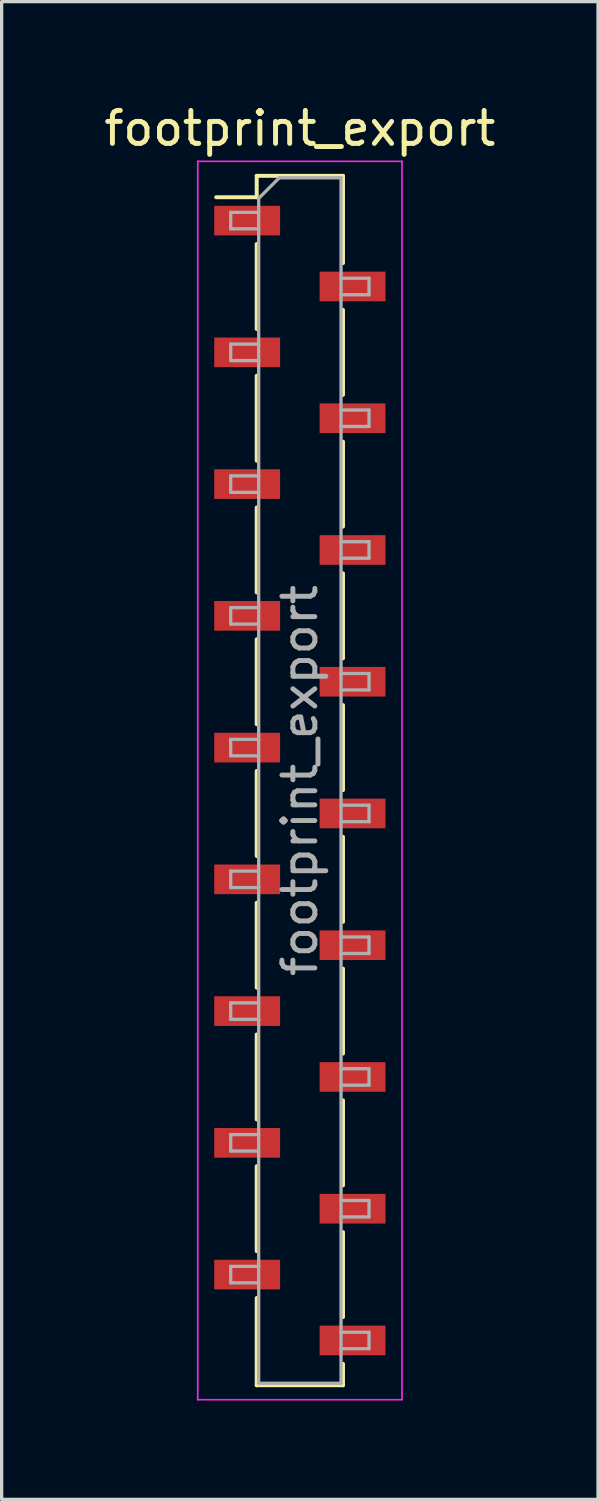
<source format=kicad_pcb>
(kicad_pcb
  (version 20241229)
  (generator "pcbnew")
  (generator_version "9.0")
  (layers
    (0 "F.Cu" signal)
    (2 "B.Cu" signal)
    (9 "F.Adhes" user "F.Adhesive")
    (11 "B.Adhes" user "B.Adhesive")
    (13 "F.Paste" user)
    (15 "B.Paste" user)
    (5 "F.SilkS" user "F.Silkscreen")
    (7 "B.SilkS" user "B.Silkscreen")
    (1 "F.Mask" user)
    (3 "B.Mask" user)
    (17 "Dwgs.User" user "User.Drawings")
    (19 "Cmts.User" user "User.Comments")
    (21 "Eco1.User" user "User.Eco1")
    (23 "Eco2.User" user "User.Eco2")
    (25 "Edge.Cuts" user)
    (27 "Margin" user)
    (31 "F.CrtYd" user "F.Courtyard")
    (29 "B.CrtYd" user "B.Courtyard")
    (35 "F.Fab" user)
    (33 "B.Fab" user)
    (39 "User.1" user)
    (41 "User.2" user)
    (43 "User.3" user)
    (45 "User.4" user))
  (footprint "footprint_export"
    (layer "F.Cu")
    (at 6.054 20.648)
    (property "Reference" "footprint_export" (at 0 -19.8 0) (layer "F.SilkS") (effects (font (size 1 1) (thickness 0.15))))
    (attr smd)
    (fp_line (start -2.54 -17.71) (end -1.31 -17.71) (stroke (width 0.12) (type solid)) (layer "F.SilkS"))
    (fp_line (start -1.31 -18.36) (end -1.31 -17.71) (stroke (width 0.12) (type solid)) (layer "F.SilkS"))
    (fp_line (start -1.31 -18.36) (end 1.31 -18.36) (stroke (width 0.12) (type solid)) (layer "F.SilkS"))
    (fp_line (start -1.31 -16.29) (end -1.31 -13.71) (stroke (width 0.12) (type solid)) (layer "F.SilkS"))
    (fp_line (start -1.31 -12.29) (end -1.31 -9.71) (stroke (width 0.12) (type solid)) (layer "F.SilkS"))
    (fp_line (start -1.31 -8.29) (end -1.31 -5.71) (stroke (width 0.12) (type solid)) (layer "F.SilkS"))
    (fp_line (start -1.31 -4.29) (end -1.31 -1.71) (stroke (width 0.12) (type solid)) (layer "F.SilkS"))
    (fp_line (start -1.31 -0.29) (end -1.31 2.29) (stroke (width 0.12) (type solid)) (layer "F.SilkS"))
    (fp_line (start -1.31 3.71) (end -1.31 6.29) (stroke (width 0.12) (type solid)) (layer "F.SilkS"))
    (fp_line (start -1.31 7.71) (end -1.31 10.29) (stroke (width 0.12) (type solid)) (layer "F.SilkS"))
    (fp_line (start -1.31 11.71) (end -1.31 14.29) (stroke (width 0.12) (type solid)) (layer "F.SilkS"))
    (fp_line (start -1.31 15.71) (end -1.31 18.36) (stroke (width 0.12) (type solid)) (layer "F.SilkS"))
    (fp_line (start -1.31 18.36) (end 1.31 18.36) (stroke (width 0.12) (type solid)) (layer "F.SilkS"))
    (fp_line (start 1.31 -18.36) (end 1.31 -15.71) (stroke (width 0.12) (type solid)) (layer "F.SilkS"))
    (fp_line (start 1.31 -14.29) (end 1.31 -11.71) (stroke (width 0.12) (type solid)) (layer "F.SilkS"))
    (fp_line (start 1.31 -10.29) (end 1.31 -7.71) (stroke (width 0.12) (type solid)) (layer "F.SilkS"))
    (fp_line (start 1.31 -6.29) (end 1.31 -3.71) (stroke (width 0.12) (type solid)) (layer "F.SilkS"))
    (fp_line (start 1.31 -2.29) (end 1.31 0.29) (stroke (width 0.12) (type solid)) (layer "F.SilkS"))
    (fp_line (start 1.31 1.71) (end 1.31 4.29) (stroke (width 0.12) (type solid)) (layer "F.SilkS"))
    (fp_line (start 1.31 5.71) (end 1.31 8.29) (stroke (width 0.12) (type solid)) (layer "F.SilkS"))
    (fp_line (start 1.31 9.71) (end 1.31 12.29) (stroke (width 0.12) (type solid)) (layer "F.SilkS"))
    (fp_line (start 1.31 13.71) (end 1.31 16.29) (stroke (width 0.12) (type solid)) (layer "F.SilkS"))
    (fp_line (start 1.31 17.71) (end 1.31 18.36) (stroke (width 0.12) (type solid)) (layer "F.SilkS"))
    (fp_line (start -3.1 -18.8) (end 3.1 -18.8) (stroke (width 0.05) (type solid)) (layer "F.CrtYd"))
    (fp_line (start -3.1 18.8) (end -3.1 -18.8) (stroke (width 0.05) (type solid)) (layer "F.CrtYd"))
    (fp_line (start 3.1 -18.8) (end 3.1 18.8) (stroke (width 0.05) (type solid)) (layer "F.CrtYd"))
    (fp_line (start 3.1 18.8) (end -3.1 18.8) (stroke (width 0.05) (type solid)) (layer "F.CrtYd"))
    (fp_line (start -2.1 -17.25) (end -1.25 -17.25) (stroke (width 0.1) (type solid)) (layer "F.Fab"))
    (fp_line (start -2.1 -16.75) (end -2.1 -17.25) (stroke (width 0.1) (type solid)) (layer "F.Fab"))
    (fp_line (start -2.1 -13.25) (end -1.25 -13.25) (stroke (width 0.1) (type solid)) (layer "F.Fab"))
    (fp_line (start -2.1 -12.75) (end -2.1 -13.25) (stroke (width 0.1) (type solid)) (layer "F.Fab"))
    (fp_line (start -2.1 -9.25) (end -1.25 -9.25) (stroke (width 0.1) (type solid)) (layer "F.Fab"))
    (fp_line (start -2.1 -8.75) (end -2.1 -9.25) (stroke (width 0.1) (type solid)) (layer "F.Fab"))
    (fp_line (start -2.1 -5.25) (end -1.25 -5.25) (stroke (width 0.1) (type solid)) (layer "F.Fab"))
    (fp_line (start -2.1 -4.75) (end -2.1 -5.25) (stroke (width 0.1) (type solid)) (layer "F.Fab"))
    (fp_line (start -2.1 -1.25) (end -1.25 -1.25) (stroke (width 0.1) (type solid)) (layer "F.Fab"))
    (fp_line (start -2.1 -0.75) (end -2.1 -1.25) (stroke (width 0.1) (type solid)) (layer "F.Fab"))
    (fp_line (start -2.1 2.75) (end -1.25 2.75) (stroke (width 0.1) (type solid)) (layer "F.Fab"))
    (fp_line (start -2.1 3.25) (end -2.1 2.75) (stroke (width 0.1) (type solid)) (layer "F.Fab"))
    (fp_line (start -2.1 6.75) (end -1.25 6.75) (stroke (width 0.1) (type solid)) (layer "F.Fab"))
    (fp_line (start -2.1 7.25) (end -2.1 6.75) (stroke (width 0.1) (type solid)) (layer "F.Fab"))
    (fp_line (start -2.1 10.75) (end -1.25 10.75) (stroke (width 0.1) (type solid)) (layer "F.Fab"))
    (fp_line (start -2.1 11.25) (end -2.1 10.75) (stroke (width 0.1) (type solid)) (layer "F.Fab"))
    (fp_line (start -2.1 14.75) (end -1.25 14.75) (stroke (width 0.1) (type solid)) (layer "F.Fab"))
    (fp_line (start -2.1 15.25) (end -2.1 14.75) (stroke (width 0.1) (type solid)) (layer "F.Fab"))
    (fp_line (start -1.25 -17.675) (end -0.625 -18.3) (stroke (width 0.1) (type solid)) (layer "F.Fab"))
    (fp_line (start -1.25 -16.75) (end -2.1 -16.75) (stroke (width 0.1) (type solid)) (layer "F.Fab"))
    (fp_line (start -1.25 -12.75) (end -2.1 -12.75) (stroke (width 0.1) (type solid)) (layer "F.Fab"))
    (fp_line (start -1.25 -8.75) (end -2.1 -8.75) (stroke (width 0.1) (type solid)) (layer "F.Fab"))
    (fp_line (start -1.25 -4.75) (end -2.1 -4.75) (stroke (width 0.1) (type solid)) (layer "F.Fab"))
    (fp_line (start -1.25 -0.75) (end -2.1 -0.75) (stroke (width 0.1) (type solid)) (layer "F.Fab"))
    (fp_line (start -1.25 3.25) (end -2.1 3.25) (stroke (width 0.1) (type solid)) (layer "F.Fab"))
    (fp_line (start -1.25 7.25) (end -2.1 7.25) (stroke (width 0.1) (type solid)) (layer "F.Fab"))
    (fp_line (start -1.25 11.25) (end -2.1 11.25) (stroke (width 0.1) (type solid)) (layer "F.Fab"))
    (fp_line (start -1.25 15.25) (end -2.1 15.25) (stroke (width 0.1) (type solid)) (layer "F.Fab"))
    (fp_line (start -1.25 18.3) (end -1.25 -17.675) (stroke (width 0.1) (type solid)) (layer "F.Fab"))
    (fp_line (start -0.625 -18.3) (end 1.25 -18.3) (stroke (width 0.1) (type solid)) (layer "F.Fab"))
    (fp_line (start 1.25 -18.3) (end 1.25 18.3) (stroke (width 0.1) (type solid)) (layer "F.Fab"))
    (fp_line (start 1.25 -15.25) (end 2.1 -15.25) (stroke (width 0.1) (type solid)) (layer "F.Fab"))
    (fp_line (start 1.25 -11.25) (end 2.1 -11.25) (stroke (width 0.1) (type solid)) (layer "F.Fab"))
    (fp_line (start 1.25 -7.25) (end 2.1 -7.25) (stroke (width 0.1) (type solid)) (layer "F.Fab"))
    (fp_line (start 1.25 -3.25) (end 2.1 -3.25) (stroke (width 0.1) (type solid)) (layer "F.Fab"))
    (fp_line (start 1.25 0.75) (end 2.1 0.75) (stroke (width 0.1) (type solid)) (layer "F.Fab"))
    (fp_line (start 1.25 4.75) (end 2.1 4.75) (stroke (width 0.1) (type solid)) (layer "F.Fab"))
    (fp_line (start 1.25 8.75) (end 2.1 8.75) (stroke (width 0.1) (type solid)) (layer "F.Fab"))
    (fp_line (start 1.25 12.75) (end 2.1 12.75) (stroke (width 0.1) (type solid)) (layer "F.Fab"))
    (fp_line (start 1.25 16.75) (end 2.1 16.75) (stroke (width 0.1) (type solid)) (layer "F.Fab"))
    (fp_line (start 1.25 18.3) (end -1.25 18.3) (stroke (width 0.1) (type solid)) (layer "F.Fab"))
    (fp_line (start 2.1 -15.25) (end 2.1 -14.75) (stroke (width 0.1) (type solid)) (layer "F.Fab"))
    (fp_line (start 2.1 -14.75) (end 1.25 -14.75) (stroke (width 0.1) (type solid)) (layer "F.Fab"))
    (fp_line (start 2.1 -11.25) (end 2.1 -10.75) (stroke (width 0.1) (type solid)) (layer "F.Fab"))
    (fp_line (start 2.1 -10.75) (end 1.25 -10.75) (stroke (width 0.1) (type solid)) (layer "F.Fab"))
    (fp_line (start 2.1 -7.25) (end 2.1 -6.75) (stroke (width 0.1) (type solid)) (layer "F.Fab"))
    (fp_line (start 2.1 -6.75) (end 1.25 -6.75) (stroke (width 0.1) (type solid)) (layer "F.Fab"))
    (fp_line (start 2.1 -3.25) (end 2.1 -2.75) (stroke (width 0.1) (type solid)) (layer "F.Fab"))
    (fp_line (start 2.1 -2.75) (end 1.25 -2.75) (stroke (width 0.1) (type solid)) (layer "F.Fab"))
    (fp_line (start 2.1 0.75) (end 2.1 1.25) (stroke (width 0.1) (type solid)) (layer "F.Fab"))
    (fp_line (start 2.1 1.25) (end 1.25 1.25) (stroke (width 0.1) (type solid)) (layer "F.Fab"))
    (fp_line (start 2.1 4.75) (end 2.1 5.25) (stroke (width 0.1) (type solid)) (layer "F.Fab"))
    (fp_line (start 2.1 5.25) (end 1.25 5.25) (stroke (width 0.1) (type solid)) (layer "F.Fab"))
    (fp_line (start 2.1 8.75) (end 2.1 9.25) (stroke (width 0.1) (type solid)) (layer "F.Fab"))
    (fp_line (start 2.1 9.25) (end 1.25 9.25) (stroke (width 0.1) (type solid)) (layer "F.Fab"))
    (fp_line (start 2.1 12.75) (end 2.1 13.25) (stroke (width 0.1) (type solid)) (layer "F.Fab"))
    (fp_line (start 2.1 13.25) (end 1.25 13.25) (stroke (width 0.1) (type solid)) (layer "F.Fab"))
    (fp_line (start 2.1 16.75) (end 2.1 17.25) (stroke (width 0.1) (type solid)) (layer "F.Fab"))
    (fp_line (start 2.1 17.25) (end 1.25 17.25) (stroke (width 0.1) (type solid)) (layer "F.Fab"))
    (fp_text user "${REFERENCE}" (at 0 0 90) (layer "F.Fab") (effects (font (size 1 1) (thickness 0.15))))
    (pad "1" smd rect (at -1.6 -17) (size 2 0.9) (layers "F.Cu" "F.Mask" "F.Paste"))
    (pad "2" smd rect (at 1.6 -15) (size 2 0.9) (layers "F.Cu" "F.Mask" "F.Paste"))
    (pad "3" smd rect (at -1.6 -13) (size 2 0.9) (layers "F.Cu" "F.Mask" "F.Paste"))
    (pad "4" smd rect (at 1.6 -11) (size 2 0.9) (layers "F.Cu" "F.Mask" "F.Paste"))
    (pad "5" smd rect (at -1.6 -9) (size 2 0.9) (layers "F.Cu" "F.Mask" "F.Paste"))
    (pad "6" smd rect (at 1.6 -7) (size 2 0.9) (layers "F.Cu" "F.Mask" "F.Paste"))
    (pad "7" smd rect (at -1.6 -5) (size 2 0.9) (layers "F.Cu" "F.Mask" "F.Paste"))
    (pad "8" smd rect (at 1.6 -3) (size 2 0.9) (layers "F.Cu" "F.Mask" "F.Paste"))
    (pad "9" smd rect (at -1.6 -1) (size 2 0.9) (layers "F.Cu" "F.Mask" "F.Paste"))
    (pad "10" smd rect (at 1.6 1) (size 2 0.9) (layers "F.Cu" "F.Mask" "F.Paste"))
    (pad "11" smd rect (at -1.6 3) (size 2 0.9) (layers "F.Cu" "F.Mask" "F.Paste"))
    (pad "12" smd rect (at 1.6 5) (size 2 0.9) (layers "F.Cu" "F.Mask" "F.Paste"))
    (pad "13" smd rect (at -1.6 7) (size 2 0.9) (layers "F.Cu" "F.Mask" "F.Paste"))
    (pad "14" smd rect (at 1.6 9) (size 2 0.9) (layers "F.Cu" "F.Mask" "F.Paste"))
    (pad "15" smd rect (at -1.6 11) (size 2 0.9) (layers "F.Cu" "F.Mask" "F.Paste"))
    (pad "16" smd rect (at 1.6 13) (size 2 0.9) (layers "F.Cu" "F.Mask" "F.Paste"))
    (pad "17" smd rect (at -1.6 15) (size 2 0.9) (layers "F.Cu" "F.Mask" "F.Paste"))
    (pad "18" smd rect (at 1.6 17) (size 2 0.9) (layers "F.Cu" "F.Mask" "F.Paste")))
  (gr_rect
    (start -3 -3)
    (end 15.107 42.473)
    (stroke (width 0.1) (type default))
    (fill no)
    (layer "Edge.Cuts")))
</source>
